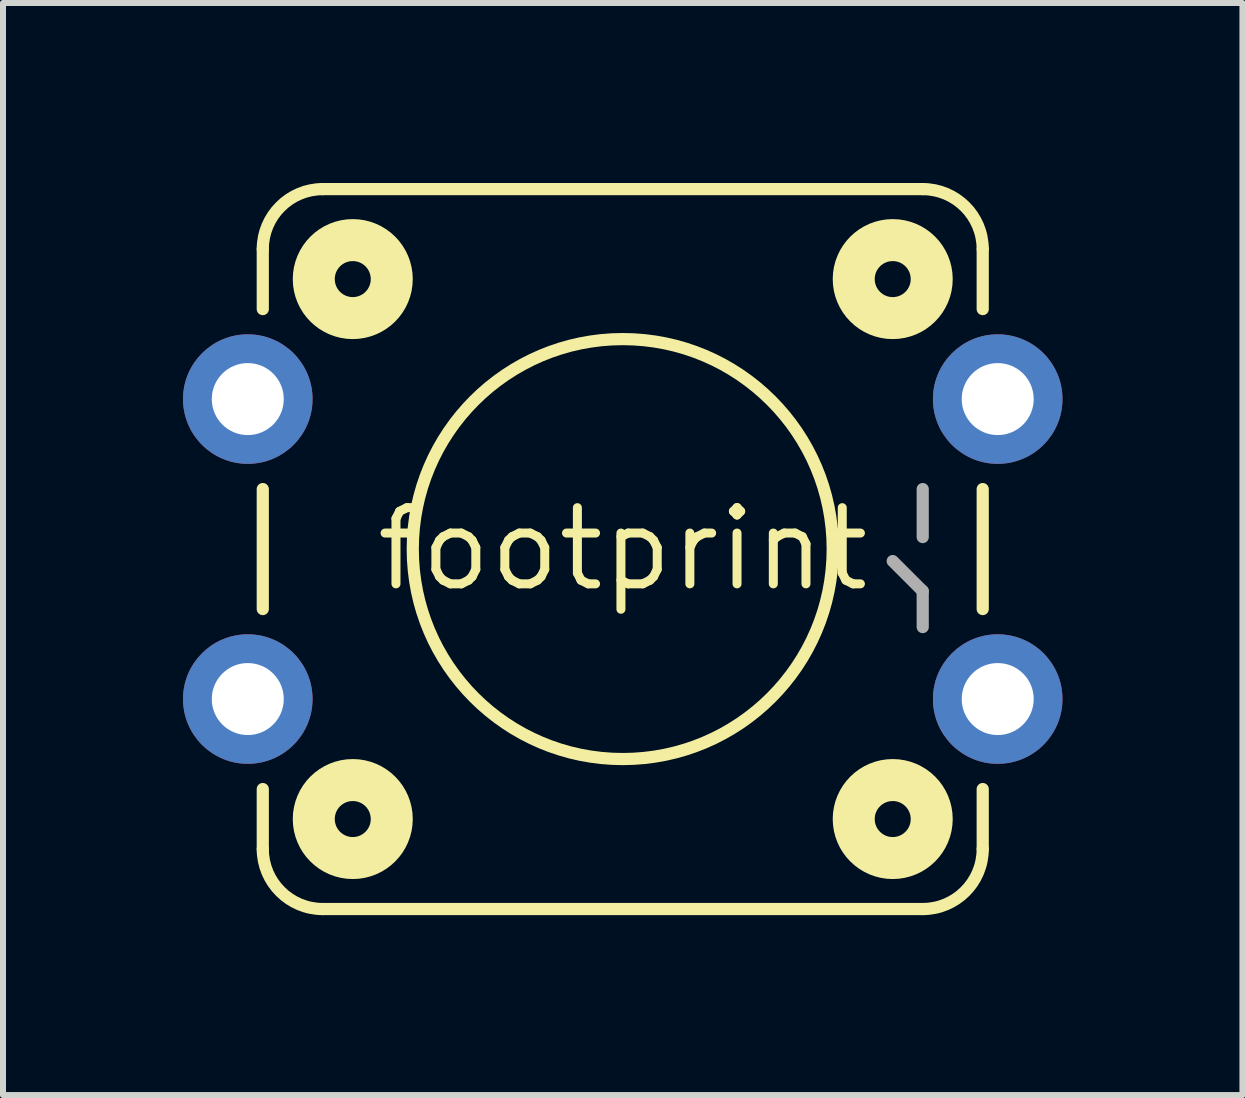
<source format=kicad_pcb>
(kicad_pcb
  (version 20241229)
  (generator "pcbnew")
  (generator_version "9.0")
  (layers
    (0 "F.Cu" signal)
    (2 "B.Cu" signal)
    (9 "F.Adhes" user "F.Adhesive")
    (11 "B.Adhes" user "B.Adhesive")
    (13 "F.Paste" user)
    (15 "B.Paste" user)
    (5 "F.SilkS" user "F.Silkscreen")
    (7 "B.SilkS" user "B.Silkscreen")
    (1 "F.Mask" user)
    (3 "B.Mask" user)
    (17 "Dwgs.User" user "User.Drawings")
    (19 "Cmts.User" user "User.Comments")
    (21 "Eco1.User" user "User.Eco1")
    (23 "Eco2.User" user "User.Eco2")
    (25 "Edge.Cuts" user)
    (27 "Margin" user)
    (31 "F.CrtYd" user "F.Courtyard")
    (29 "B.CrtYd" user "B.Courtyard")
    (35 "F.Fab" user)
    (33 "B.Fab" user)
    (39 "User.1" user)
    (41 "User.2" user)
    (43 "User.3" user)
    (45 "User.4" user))
  (footprint "footprint"
    (layer "F.Cu")
    (at 7.33 6.102)
    (property "Reference" "footprint" (at 0 0 0) (layer "F.SilkS") (effects (font (size 1.27 1.27) (thickness 0.15))))
    (fp_line (start -6 -4) (end -6 -5) (stroke (width 0.203) (type solid)) (layer "F.SilkS"))
    (fp_line (start -6 1) (end -6 -1) (stroke (width 0.203) (type solid)) (layer "F.SilkS"))
    (fp_line (start -6 5) (end -6 4) (stroke (width 0.203) (type solid)) (layer "F.SilkS"))
    (fp_line (start -5 -6) (end 5 -6) (stroke (width 0.203) (type solid)) (layer "F.SilkS"))
    (fp_line (start 5 6) (end -5 6) (stroke (width 0.203) (type solid)) (layer "F.SilkS"))
    (fp_line (start 6 -5) (end 6 -4) (stroke (width 0.203) (type solid)) (layer "F.SilkS"))
    (fp_line (start 6 -1) (end 6 1) (stroke (width 0.203) (type solid)) (layer "F.SilkS"))
    (fp_line (start 6 4) (end 6 5) (stroke (width 0.203) (type solid)) (layer "F.SilkS"))
    (fp_arc (start -6 -5) (mid -5.707107 -5.707107) (end -5 -6) (stroke (width 0.2032) (type solid)) (layer "F.SilkS"))
    (fp_arc (start -5 6) (mid -5.707107 5.707107) (end -6 5) (stroke (width 0.2032) (type solid)) (layer "F.SilkS"))
    (fp_arc (start 5 -6) (mid 5.707107 -5.707107) (end 6 -5) (stroke (width 0.2032) (type solid)) (layer "F.SilkS"))
    (fp_arc (start 6 5) (mid 5.707107 5.707107) (end 5 6) (stroke (width 0.2032) (type solid)) (layer "F.SilkS"))
    (fp_circle (center -4.5 -4.5) (end -4.2 -4.5) (stroke (width 0.7) (type solid)) (fill no) (layer "F.SilkS"))
    (fp_circle (center -4.5 4.5) (end -4.2 4.5) (stroke (width 0.7) (type solid)) (fill no) (layer "F.SilkS"))
    (fp_circle (center 0 0) (end 3.5 0) (stroke (width 0.203) (type solid)) (fill no) (layer "F.SilkS"))
    (fp_circle (center 4.5 -4.5) (end 4.8 -4.5) (stroke (width 0.7) (type solid)) (fill no) (layer "F.SilkS"))
    (fp_circle (center 4.5 4.5) (end 4.8 4.5) (stroke (width 0.7) (type solid)) (fill no) (layer "F.SilkS"))
    (fp_line (start 5 -0.2) (end 5 -1) (stroke (width 0.203) (type solid)) (layer "F.Fab"))
    (fp_line (start 5 0.7) (end 4.5 0.2) (stroke (width 0.203) (type solid)) (layer "F.Fab"))
    (fp_line (start 5 1.3) (end 5 0.7) (stroke (width 0.203) (type solid)) (layer "F.Fab"))
    (pad "1" thru_hole circle (at 6.25 2.5) (size 2.159 2.159) (drill 1.2) (layers "*.Cu" "*.Mask"))
    (pad "2" thru_hole circle (at -6.25 2.5) (size 2.159 2.159) (drill 1.2) (layers "*.Cu" "*.Mask"))
    (pad "3" thru_hole circle (at 6.25 -2.5) (size 2.159 2.159) (drill 1.2) (layers "*.Cu" "*.Mask"))
    (pad "4" thru_hole circle (at -6.25 -2.5) (size 2.159 2.159) (drill 1.2) (layers "*.Cu" "*.Mask")))
  (gr_rect
    (start -3 -3)
    (end 17.659 15.203)
    (stroke (width 0.1) (type default))
    (fill no)
    (layer "Edge.Cuts")))
</source>
